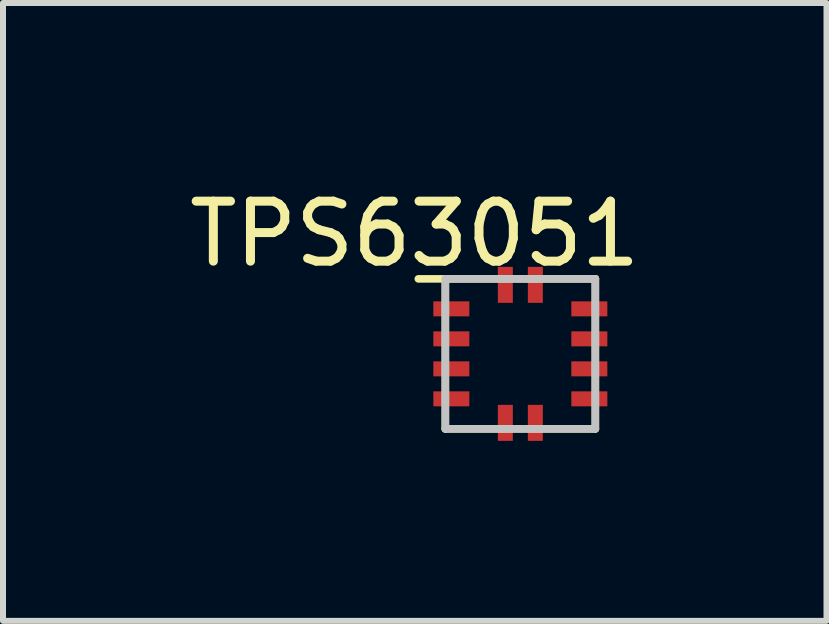
<source format=kicad_pcb>
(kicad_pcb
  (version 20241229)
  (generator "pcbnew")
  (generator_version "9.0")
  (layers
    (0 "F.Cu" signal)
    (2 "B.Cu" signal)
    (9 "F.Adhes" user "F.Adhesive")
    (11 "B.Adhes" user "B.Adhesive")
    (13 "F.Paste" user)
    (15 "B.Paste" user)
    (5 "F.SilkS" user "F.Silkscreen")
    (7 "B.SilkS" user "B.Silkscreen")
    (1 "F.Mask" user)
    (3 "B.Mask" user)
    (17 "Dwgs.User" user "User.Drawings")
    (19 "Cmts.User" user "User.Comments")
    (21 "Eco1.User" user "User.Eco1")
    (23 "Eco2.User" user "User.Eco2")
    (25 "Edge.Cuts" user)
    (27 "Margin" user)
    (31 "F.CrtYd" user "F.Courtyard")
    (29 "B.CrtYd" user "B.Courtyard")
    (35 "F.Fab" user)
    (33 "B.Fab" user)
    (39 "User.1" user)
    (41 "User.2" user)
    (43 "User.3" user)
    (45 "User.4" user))
  (footprint "TPS63051"
    (layer "F.Cu")
    (at 5.623 2.848)
    (property "Reference" "TPS63051" (at -1.76 -2 0) (layer "F.SilkS") (effects (font (size 1 1) (thickness 0.15))))
    (attr through_hole)
    (fp_line (start -1.25 -1.25) (end -1.25 1.25) (stroke (width 0.127) (type solid)) (layer "F.SilkS"))
    (fp_line (start -1.25 1.25) (end 1.25 1.25) (stroke (width 0.127) (type solid)) (layer "F.SilkS"))
    (fp_line (start 1.25 -1.25) (end -1.7 -1.25) (stroke (width 0.127) (type solid)) (layer "F.SilkS"))
    (fp_line (start 1.25 1.25) (end 1.25 -1.25) (stroke (width 0.127) (type solid)) (layer "F.SilkS"))
    (fp_line (start -1.25 -1.25) (end 1.25 -1.25) (stroke (width 0.127) (type solid)) (layer "Dwgs.User"))
    (fp_line (start -1.25 1.25) (end -1.25 -1.25) (stroke (width 0.127) (type solid)) (layer "Dwgs.User"))
    (fp_line (start 1.25 -1.25) (end 1.25 1.25) (stroke (width 0.127) (type solid)) (layer "Dwgs.User"))
    (fp_line (start 1.25 1.25) (end -1.25 1.25) (stroke (width 0.127) (type solid)) (layer "Dwgs.User"))
    (pad "P$1" smd rect (at -1.15 -0.75) (size 0.6 0.25) (layers "F.Cu" "F.Mask" "F.Paste"))
    (pad "P$2" smd rect (at -1.15 -0.25) (size 0.6 0.25) (layers "F.Cu" "F.Mask" "F.Paste"))
    (pad "P$3" smd rect (at -1.15 0.25) (size 0.6 0.25) (layers "F.Cu" "F.Mask" "F.Paste"))
    (pad "P$4" smd rect (at -1.15 0.75) (size 0.6 0.25) (layers "F.Cu" "F.Mask" "F.Paste"))
    (pad "P$5" smd rect (at -0.25 1.15 90) (size 0.6 0.25) (layers "F.Cu" "F.Mask" "F.Paste"))
    (pad "P$6" smd rect (at 0.25 1.15 90) (size 0.6 0.25) (layers "F.Cu" "F.Mask" "F.Paste"))
    (pad "P$7" smd rect (at 1.15 0.75 180) (size 0.6 0.25) (layers "F.Cu" "F.Mask" "F.Paste"))
    (pad "P$8" smd rect (at 1.15 0.25 180) (size 0.6 0.25) (layers "F.Cu" "F.Mask" "F.Paste"))
    (pad "P$9" smd rect (at 1.15 -0.25 180) (size 0.6 0.25) (layers "F.Cu" "F.Mask" "F.Paste"))
    (pad "P$10" smd rect (at 1.15 -0.75 180) (size 0.6 0.25) (layers "F.Cu" "F.Mask" "F.Paste"))
    (pad "P$11" smd rect (at 0.25 -1.15 270) (size 0.6 0.25) (layers "F.Cu" "F.Mask" "F.Paste"))
    (pad "P$12" smd rect (at -0.25 -1.15 270) (size 0.6 0.25) (layers "F.Cu" "F.Mask" "F.Paste")))
  (gr_rect
    (start -3 -3)
    (end 10.726 7.298)
    (stroke (width 0.1) (type default))
    (fill no)
    (layer "Edge.Cuts")))
</source>
